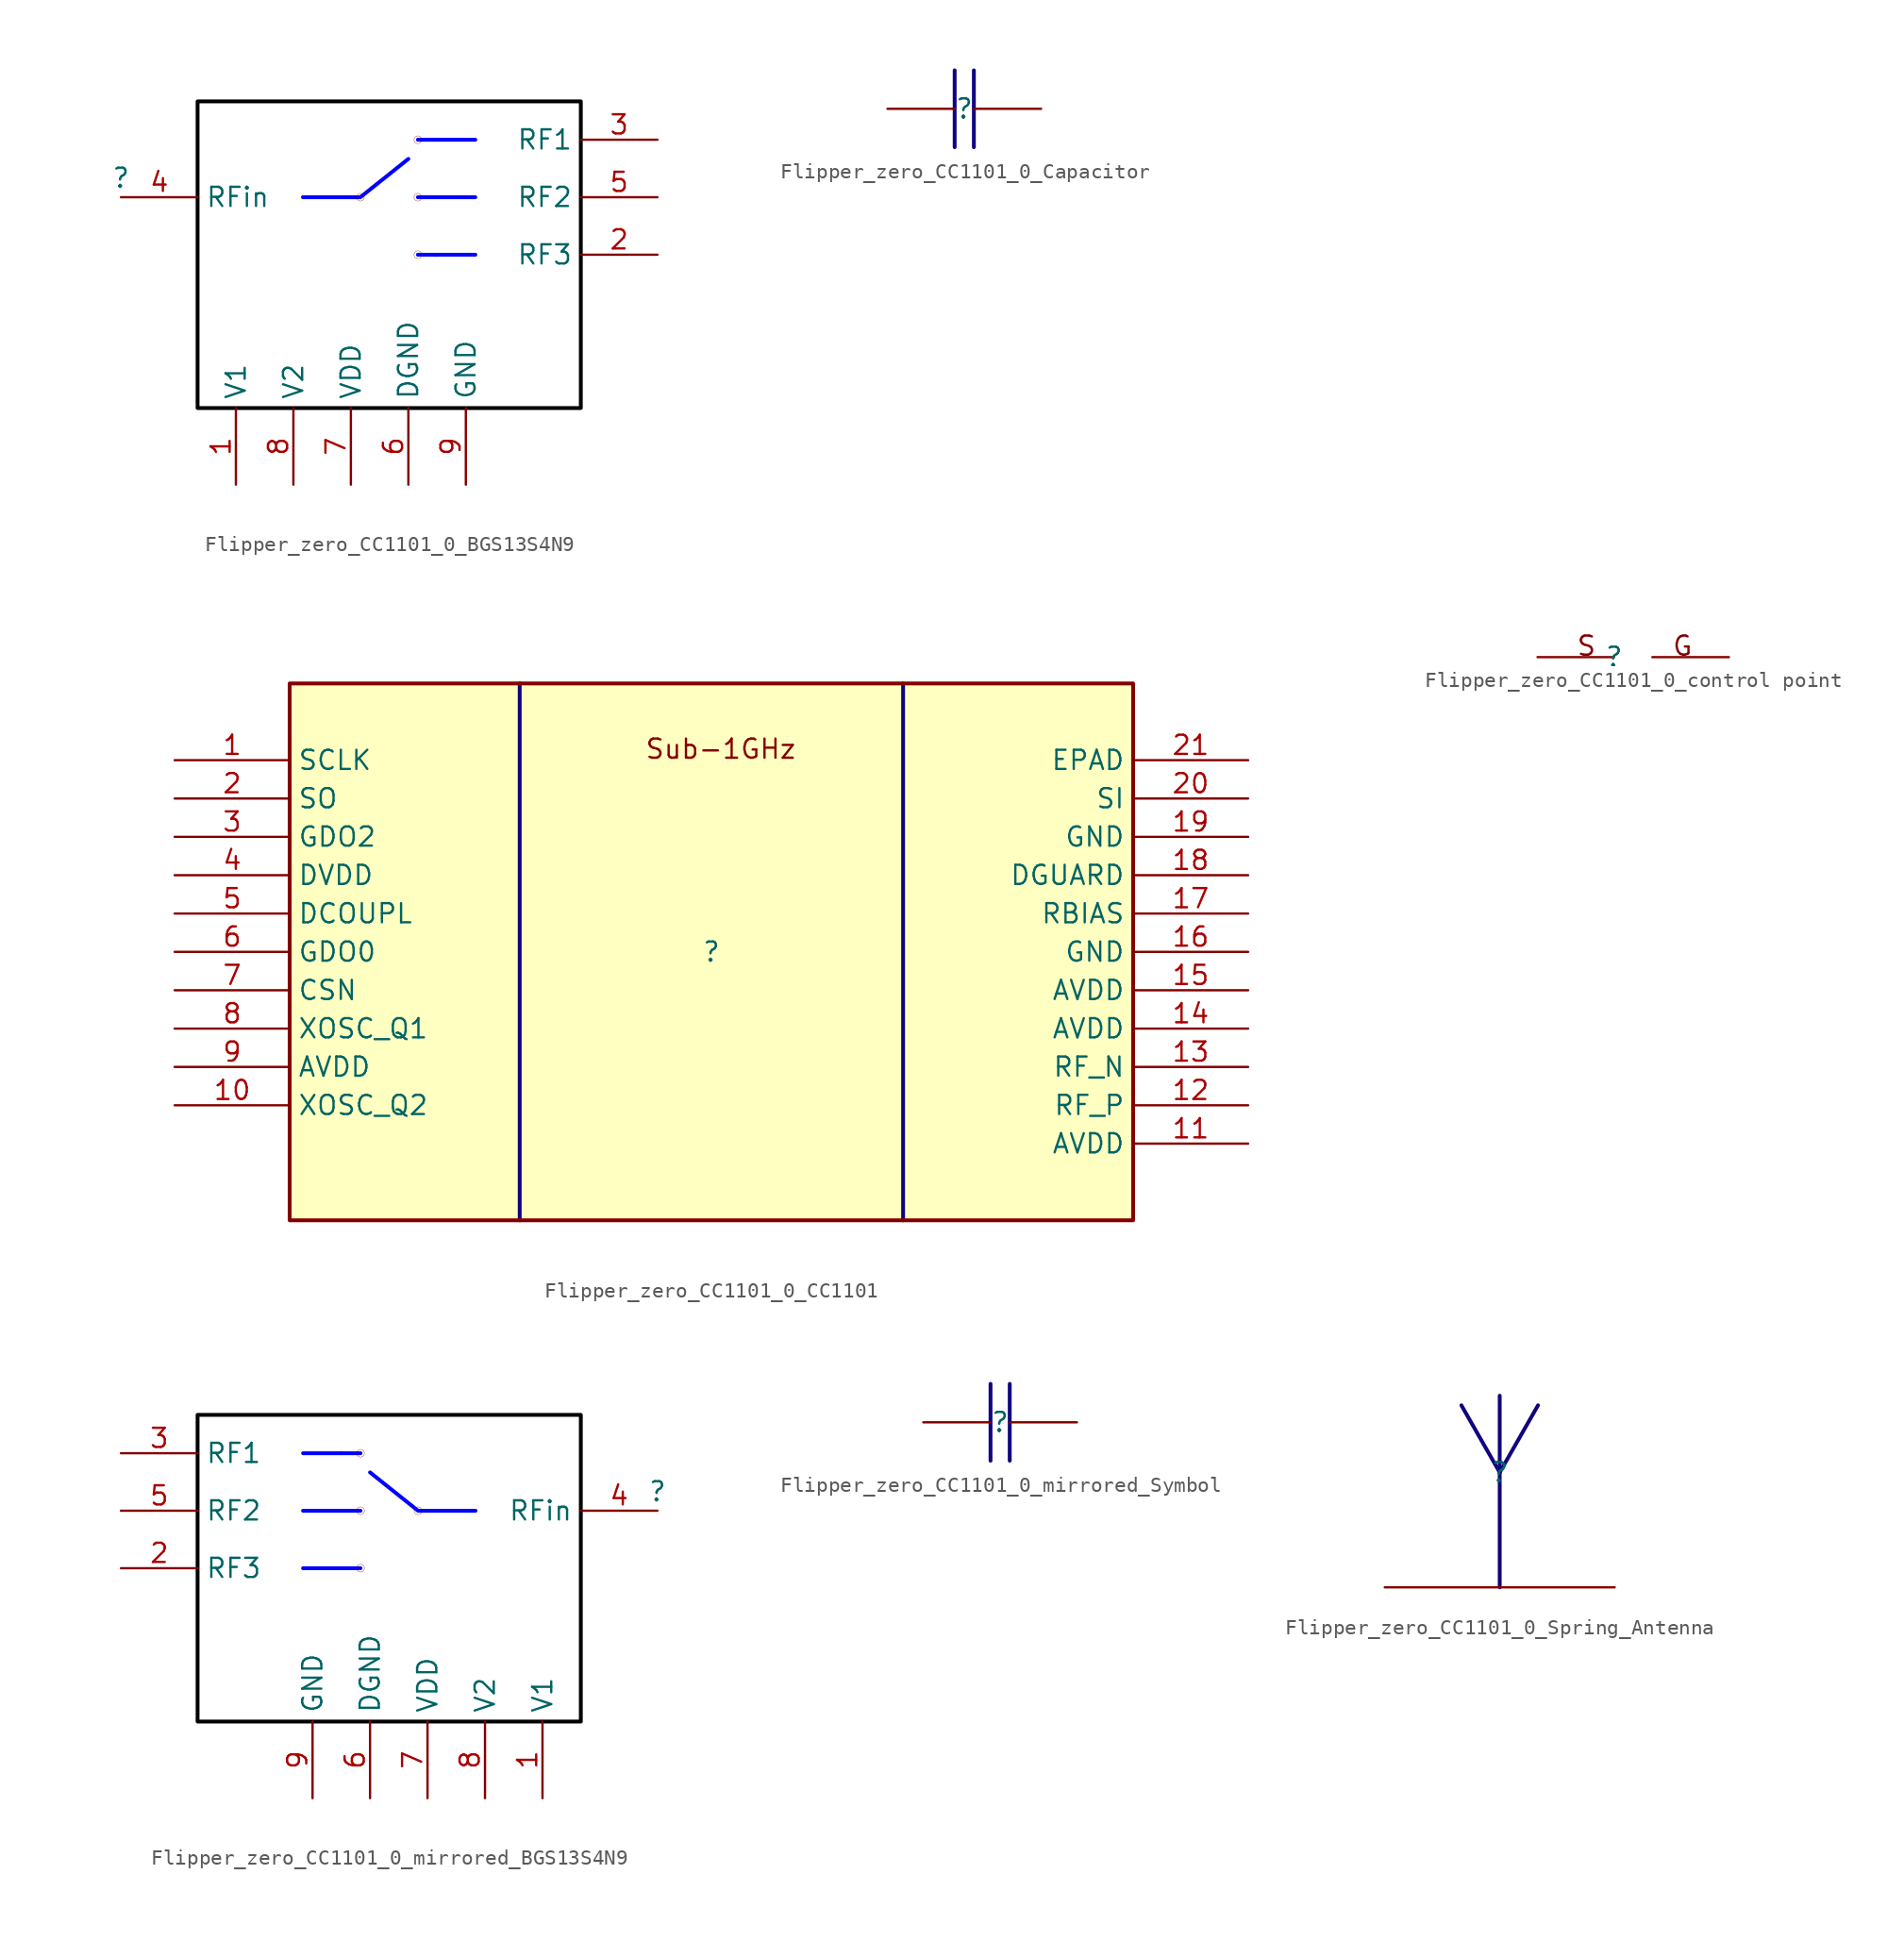
<source format=kicad_sym>
(kicad_symbol_lib
  (version 20220914)
  (generator kicad_symbol_editor)
  (symbol "Flipper_zero_CC1101_0_BGS13S4N9"
    (property "Reference" ""
      (at 0 0 0)
      (effects (font (size 1.27 1.27))))
    (property "Value" ""
      (at 0 0 0)
      (effects (font (size 1.27 1.27))))
    (symbol "Flipper_zero_CC1101_0_BGS13S4N9_1_0"
      (polyline (pts (xy 12.06 -1.27) (xy 14.6 -1.27)) (stroke (width 0.254) (type solid) (color 0 0 255 1)) (fill (type none)))
      (polyline (pts (xy 20.95 -5.08) (xy 19.68 -5.08)) (stroke (width 0.254) (type solid) (color 0 0 255 1)) (fill (type none)))
      (polyline (pts (xy 20.95 -5.08) (xy 23.49 -5.08)) (stroke (width 0.254) (type solid) (color 0 0 255 1)) (fill (type none)))
      (polyline (pts (xy 20.95 -1.27) (xy 19.68 -1.27)) (stroke (width 0.254) (type solid) (color 0 0 255 1)) (fill (type none)))
      (polyline (pts (xy 20.95 -1.27) (xy 23.49 -1.27)) (stroke (width 0.254) (type solid) (color 0 0 255 1)) (fill (type none)))
      (polyline (pts (xy 20.95 2.54) (xy 19.68 2.54)) (stroke (width 0.254) (type solid) (color 0 0 255 1)) (fill (type none)))
      (polyline (pts (xy 20.95 2.54) (xy 23.49 2.54)) (stroke (width 0.254) (type solid) (color 0 0 255 1)) (fill (type none)))
      (polyline (pts (xy 14.6 -1.27) (xy 15.87 -1.27) (xy 19.05 1.27)) (stroke (width 0.254) (type solid) (color 0 0 255 1)) (fill (type none)))
      (polyline (pts (xy 5.08 5.08) (xy 5.08 -15.24) (xy 30.48 -15.24) (xy 30.48 5.08) (xy 5.08 5.08)) (stroke (width 0.254) (type solid) (color 0 0 0 1)) (fill (type none)))
      (circle (center 15.87 -1.27) (radius 0.254) (stroke (width 0.0001) (type solid)) (fill (type none)))
      (circle (center 19.68 -5.08) (radius 0.254) (stroke (width 0.0001) (type solid)) (fill (type none)))
      (circle (center 19.68 -1.27) (radius 0.254) (stroke (width 0.0001) (type solid)) (fill (type none)))
      (circle (center 19.68 2.54) (radius 0.254) (stroke (width 0.0001) (type solid)) (fill (type none)))
      (pin passive line (at 7.62 -20.32 90) (length 5.08) (name "V1" (effects (font (size 1.27 1.27)))) (number "1" (effects (font (size 1.27 1.27)))))
      (pin passive line (at 35.56 -5.08 180) (length 5.08) (name "RF3" (effects (font (size 1.27 1.27)))) (number "2" (effects (font (size 1.27 1.27)))))
      (pin passive line (at 35.56 2.54 180) (length 5.08) (name "RF1" (effects (font (size 1.27 1.27)))) (number "3" (effects (font (size 1.27 1.27)))))
      (pin passive line (at 0 -1.27 0) (length 5.08) (name "RFin" (effects (font (size 1.27 1.27)))) (number "4" (effects (font (size 1.27 1.27)))))
      (pin passive line (at 35.56 -1.27 180) (length 5.08) (name "RF2" (effects (font (size 1.27 1.27)))) (number "5" (effects (font (size 1.27 1.27)))))
      (pin passive line (at 19.05 -20.32 90) (length 5.08) (name "DGND" (effects (font (size 1.27 1.27)))) (number "6" (effects (font (size 1.27 1.27)))))
      (pin passive line (at 15.24 -20.32 90) (length 5.08) (name "VDD" (effects (font (size 1.27 1.27)))) (number "7" (effects (font (size 1.27 1.27)))))
      (pin passive line (at 11.43 -20.32 90) (length 5.08) (name "V2" (effects (font (size 1.27 1.27)))) (number "8" (effects (font (size 1.27 1.27)))))
      (pin passive line (at 22.86 -20.32 90) (length 5.08) (name "GND" (effects (font (size 1.27 1.27)))) (number "9" (effects (font (size 1.27 1.27)))))))
  (symbol "Flipper_zero_CC1101_0_Capacitor"
    (property "Reference" ""
      (at 0 0 0)
      (effects (font (size 1.27 1.27))))
    (property "Value" ""
      (at 0 0 0)
      (effects (font (size 1.27 1.27))))
    (symbol "Flipper_zero_CC1101_0_Capacitor_1_0"
      (polyline (pts (xy -0.635 2.54) (xy -0.635 -2.54)) (stroke (width 0.254) (type solid) (color 17 3 127 1)) (fill (type none)))
      (polyline (pts (xy 0.635 2.54) (xy 0.635 -2.54)) (stroke (width 0.254) (type solid) (color 17 3 127 1)) (fill (type none)))
      (pin passive line (at -5.08 0 0) (length 4.445) (name "1" (effects (font (size 0 0)))) (number "1" (effects (font (size 0 0)))))
      (pin passive line (at 5.08 0 180) (length 4.445) (name "2" (effects (font (size 0 0)))) (number "2" (effects (font (size 0 0)))))))
  (symbol "Flipper_zero_CC1101_0_CC1101"
    (property "Reference" ""
      (at 0 0 0)
      (effects (font (size 1.27 1.27))))
    (property "Value" ""
      (at 0 0 0)
      (effects (font (size 1.27 1.27))))
    (symbol "Flipper_zero_CC1101_0_CC1101_1_0"
      (polyline (pts (xy -12.7 -17.78) (xy -12.7 17.78)) (stroke (width 0.254) (type solid) (color 17 3 127 1)) (fill (type none)))
      (polyline (pts (xy 12.7 17.78) (xy 12.7 -17.78)) (stroke (width 0.254) (type solid) (color 17 3 127 1)) (fill (type none)))
      (rectangle (start 27.94 17.78) (end -27.94 -17.78) (stroke (width 0.254) (type solid)) (fill (type background)))
      (text "Sub-1GHz" (at -4.445 12.7 0) (effects (font (size 1.27 1.27)) (justify left bottom)))
      (pin passive line (at -35.56 12.7 0) (length 7.62) (name "SCLK" (effects (font (size 1.27 1.27)))) (number "1" (effects (font (size 1.27 1.27)))))
      (pin bidirectional line (at -35.56 -10.16 0) (length 7.62) (name "XOSC_Q2" (effects (font (size 1.27 1.27)))) (number "10" (effects (font (size 1.27 1.27)))))
      (pin power_in line (at 35.56 -12.7 180) (length 7.62) (name "AVDD" (effects (font (size 1.27 1.27)))) (number "11" (effects (font (size 1.27 1.27)))))
      (pin bidirectional line (at 35.56 -10.16 180) (length 7.62) (name "RF_P" (effects (font (size 1.27 1.27)))) (number "12" (effects (font (size 1.27 1.27)))))
      (pin bidirectional line (at 35.56 -7.62 180) (length 7.62) (name "RF_N" (effects (font (size 1.27 1.27)))) (number "13" (effects (font (size 1.27 1.27)))))
      (pin power_in line (at 35.56 -5.08 180) (length 7.62) (name "AVDD" (effects (font (size 1.27 1.27)))) (number "14" (effects (font (size 1.27 1.27)))))
      (pin power_in line (at 35.56 -2.54 180) (length 7.62) (name "AVDD" (effects (font (size 1.27 1.27)))) (number "15" (effects (font (size 1.27 1.27)))))
      (pin power_in line (at 35.56 0 180) (length 7.62) (name "GND" (effects (font (size 1.27 1.27)))) (number "16" (effects (font (size 1.27 1.27)))))
      (pin bidirectional line (at 35.56 2.54 180) (length 7.62) (name "RBIAS" (effects (font (size 1.27 1.27)))) (number "17" (effects (font (size 1.27 1.27)))))
      (pin power_in line (at 35.56 5.08 180) (length 7.62) (name "DGUARD" (effects (font (size 1.27 1.27)))) (number "18" (effects (font (size 1.27 1.27)))))
      (pin power_in line (at 35.56 7.62 180) (length 7.62) (name "GND" (effects (font (size 1.27 1.27)))) (number "19" (effects (font (size 1.27 1.27)))))
      (pin output line (at -35.56 10.16 0) (length 7.62) (name "SO" (effects (font (size 1.27 1.27)))) (number "2" (effects (font (size 1.27 1.27)))))
      (pin input line (at 35.56 10.16 180) (length 7.62) (name "SI" (effects (font (size 1.27 1.27)))) (number "20" (effects (font (size 1.27 1.27)))))
      (pin power_in line (at 35.56 12.7 180) (length 7.62) (name "EPAD" (effects (font (size 1.27 1.27)))) (number "21" (effects (font (size 1.27 1.27)))))
      (pin output line (at -35.56 7.62 0) (length 7.62) (name "GDO2" (effects (font (size 1.27 1.27)))) (number "3" (effects (font (size 1.27 1.27)))))
      (pin power_in line (at -35.56 5.08 0) (length 7.62) (name "DVDD" (effects (font (size 1.27 1.27)))) (number "4" (effects (font (size 1.27 1.27)))))
      (pin power_in line (at -35.56 2.54 0) (length 7.62) (name "DCOUPL" (effects (font (size 1.27 1.27)))) (number "5" (effects (font (size 1.27 1.27)))))
      (pin bidirectional line (at -35.56 0 0) (length 7.62) (name "GDO0" (effects (font (size 1.27 1.27)))) (number "6" (effects (font (size 1.27 1.27)))))
      (pin input line (at -35.56 -2.54 0) (length 7.62) (name "CSN" (effects (font (size 1.27 1.27)))) (number "7" (effects (font (size 1.27 1.27)))))
      (pin bidirectional line (at -35.56 -5.08 0) (length 7.62) (name "XOSC_Q1" (effects (font (size 1.27 1.27)))) (number "8" (effects (font (size 1.27 1.27)))))
      (pin power_in line (at -35.56 -7.62 0) (length 7.62) (name "AVDD" (effects (font (size 1.27 1.27)))) (number "9" (effects (font (size 1.27 1.27)))))))
  (symbol "Flipper_zero_CC1101_0_control point"
    (property "Reference" ""
      (at 0 0 0)
      (effects (font (size 1.27 1.27))))
    (property "Value" ""
      (at 0 0 0)
      (effects (font (size 1.27 1.27))))
    (symbol "Flipper_zero_CC1101_0_control point_1_0"
      (text "G" (at 3.81 0 0) (effects (font (size 1.27 1.27)) (justify left bottom)))
      (text "S" (at -2.54 0 0) (effects (font (size 1.27 1.27)) (justify left bottom)))
      (pin passive line (at -5.08 0 0) (length 5.08) (name "S" (effects (font (size 0 0)))) (number "1" (effects (font (size 0 0)))))
      (pin passive line (at 7.62 0 180) (length 5.08) (name "G" (effects (font (size 0 0)))) (number "2" (effects (font (size 0 0)))))))
  (symbol "Flipper_zero_CC1101_0_mirrored_BGS13S4N9"
    (property "Reference" ""
      (at 0 0 0)
      (effects (font (size 1.27 1.27))))
    (property "Value" ""
      (at 0 0 0)
      (effects (font (size 1.27 1.27))))
    (symbol "Flipper_zero_CC1101_0_mirrored_BGS13S4N9_1_0"
      (circle (center -19.68 -5.08) (radius 0.254) (stroke (width 0.0001) (type solid)) (fill (type none)))
      (circle (center -19.68 -1.27) (radius 0.254) (stroke (width 0.0001) (type solid)) (fill (type none)))
      (circle (center -19.68 2.54) (radius 0.254) (stroke (width 0.0001) (type solid)) (fill (type none)))
      (circle (center -15.87 -1.27) (radius 0.254) (stroke (width 0.0001) (type solid)) (fill (type none)))
      (polyline (pts (xy -20.95 -5.08) (xy -23.49 -5.08)) (stroke (width 0.254) (type solid) (color 0 0 255 1)) (fill (type none)))
      (polyline (pts (xy -20.95 -5.08) (xy -19.68 -5.08)) (stroke (width 0.254) (type solid) (color 0 0 255 1)) (fill (type none)))
      (polyline (pts (xy -20.95 -1.27) (xy -23.49 -1.27)) (stroke (width 0.254) (type solid) (color 0 0 255 1)) (fill (type none)))
      (polyline (pts (xy -20.95 -1.27) (xy -19.68 -1.27)) (stroke (width 0.254) (type solid) (color 0 0 255 1)) (fill (type none)))
      (polyline (pts (xy -20.95 2.54) (xy -23.49 2.54)) (stroke (width 0.254) (type solid) (color 0 0 255 1)) (fill (type none)))
      (polyline (pts (xy -20.95 2.54) (xy -19.68 2.54)) (stroke (width 0.254) (type solid) (color 0 0 255 1)) (fill (type none)))
      (polyline (pts (xy -12.06 -1.27) (xy -14.6 -1.27)) (stroke (width 0.254) (type solid) (color 0 0 255 1)) (fill (type none)))
      (polyline (pts (xy -14.6 -1.27) (xy -15.87 -1.27) (xy -19.05 1.27)) (stroke (width 0.254) (type solid) (color 0 0 255 1)) (fill (type none)))
      (polyline (pts (xy -5.08 5.08) (xy -5.08 -15.24) (xy -30.48 -15.24) (xy -30.48 5.08) (xy -5.08 5.08)) (stroke (width 0.254) (type solid) (color 0 0 0 1)) (fill (type none)))
      (pin passive line (at -7.62 -20.32 90) (length 5.08) (name "V1" (effects (font (size 1.27 1.27)))) (number "1" (effects (font (size 1.27 1.27)))))
      (pin passive line (at -35.56 -5.08 0) (length 5.08) (name "RF3" (effects (font (size 1.27 1.27)))) (number "2" (effects (font (size 1.27 1.27)))))
      (pin passive line (at -35.56 2.54 0) (length 5.08) (name "RF1" (effects (font (size 1.27 1.27)))) (number "3" (effects (font (size 1.27 1.27)))))
      (pin passive line (at 0 -1.27 180) (length 5.08) (name "RFin" (effects (font (size 1.27 1.27)))) (number "4" (effects (font (size 1.27 1.27)))))
      (pin passive line (at -35.56 -1.27 0) (length 5.08) (name "RF2" (effects (font (size 1.27 1.27)))) (number "5" (effects (font (size 1.27 1.27)))))
      (pin passive line (at -19.05 -20.32 90) (length 5.08) (name "DGND" (effects (font (size 1.27 1.27)))) (number "6" (effects (font (size 1.27 1.27)))))
      (pin passive line (at -15.24 -20.32 90) (length 5.08) (name "VDD" (effects (font (size 1.27 1.27)))) (number "7" (effects (font (size 1.27 1.27)))))
      (pin passive line (at -11.43 -20.32 90) (length 5.08) (name "V2" (effects (font (size 1.27 1.27)))) (number "8" (effects (font (size 1.27 1.27)))))
      (pin passive line (at -22.86 -20.32 90) (length 5.08) (name "GND" (effects (font (size 1.27 1.27)))) (number "9" (effects (font (size 1.27 1.27)))))))
  (symbol "Flipper_zero_CC1101_0_mirrored_Symbol"
    (property "Reference" ""
      (at 0 0 0)
      (effects (font (size 1.27 1.27))))
    (property "Value" ""
      (at 0 0 0)
      (effects (font (size 1.27 1.27))))
    (symbol "Flipper_zero_CC1101_0_mirrored_Symbol_1_0"
      (polyline (pts (xy -0.635 2.54) (xy -0.635 -2.54)) (stroke (width 0.254) (type solid) (color 17 3 127 1)) (fill (type none)))
      (polyline (pts (xy 0.635 2.54) (xy 0.635 -2.54)) (stroke (width 0.254) (type solid) (color 17 3 127 1)) (fill (type none)))
      (pin passive line (at 5.08 0 180) (length 4.445) (name "1" (effects (font (size 0 0)))) (number "1" (effects (font (size 0 0)))))
      (pin passive line (at -5.08 0 0) (length 4.445) (name "2" (effects (font (size 0 0)))) (number "2" (effects (font (size 0 0)))))))
  (symbol "Flipper_zero_CC1101_0_Spring_Antenna"
    (property "Reference" ""
      (at 0 0 0)
      (effects (font (size 1.27 1.27))))
    (property "Value" ""
      (at 0 0 0)
      (effects (font (size 1.27 1.27))))
    (symbol "Flipper_zero_CC1101_0_Spring_Antenna_1_0"
      (polyline (pts (xy 0 -7.62) (xy 0 0)) (stroke (width 0.254) (type solid) (color 17 3 127 1)) (fill (type none)))
      (polyline (pts (xy 0 0) (xy -2.54 4.445)) (stroke (width 0.254) (type solid) (color 17 3 127 1)) (fill (type none)))
      (polyline (pts (xy 0 0) (xy 0 5.08)) (stroke (width 0.254) (type solid) (color 17 3 127 1)) (fill (type none)))
      (polyline (pts (xy 0 0) (xy 2.54 4.445)) (stroke (width 0.254) (type solid) (color 17 3 127 1)) (fill (type none)))
      (pin passive line (at -7.62 -7.62 0) (length 7.62) (name "1" (effects (font (size 0 0)))) (number "1" (effects (font (size 0 0)))))
      (pin passive line (at 7.62 -7.62 180) (length 7.62) (name "2" (effects (font (size 0 0)))) (number "2" (effects (font (size 0 0))))))))
</source>
